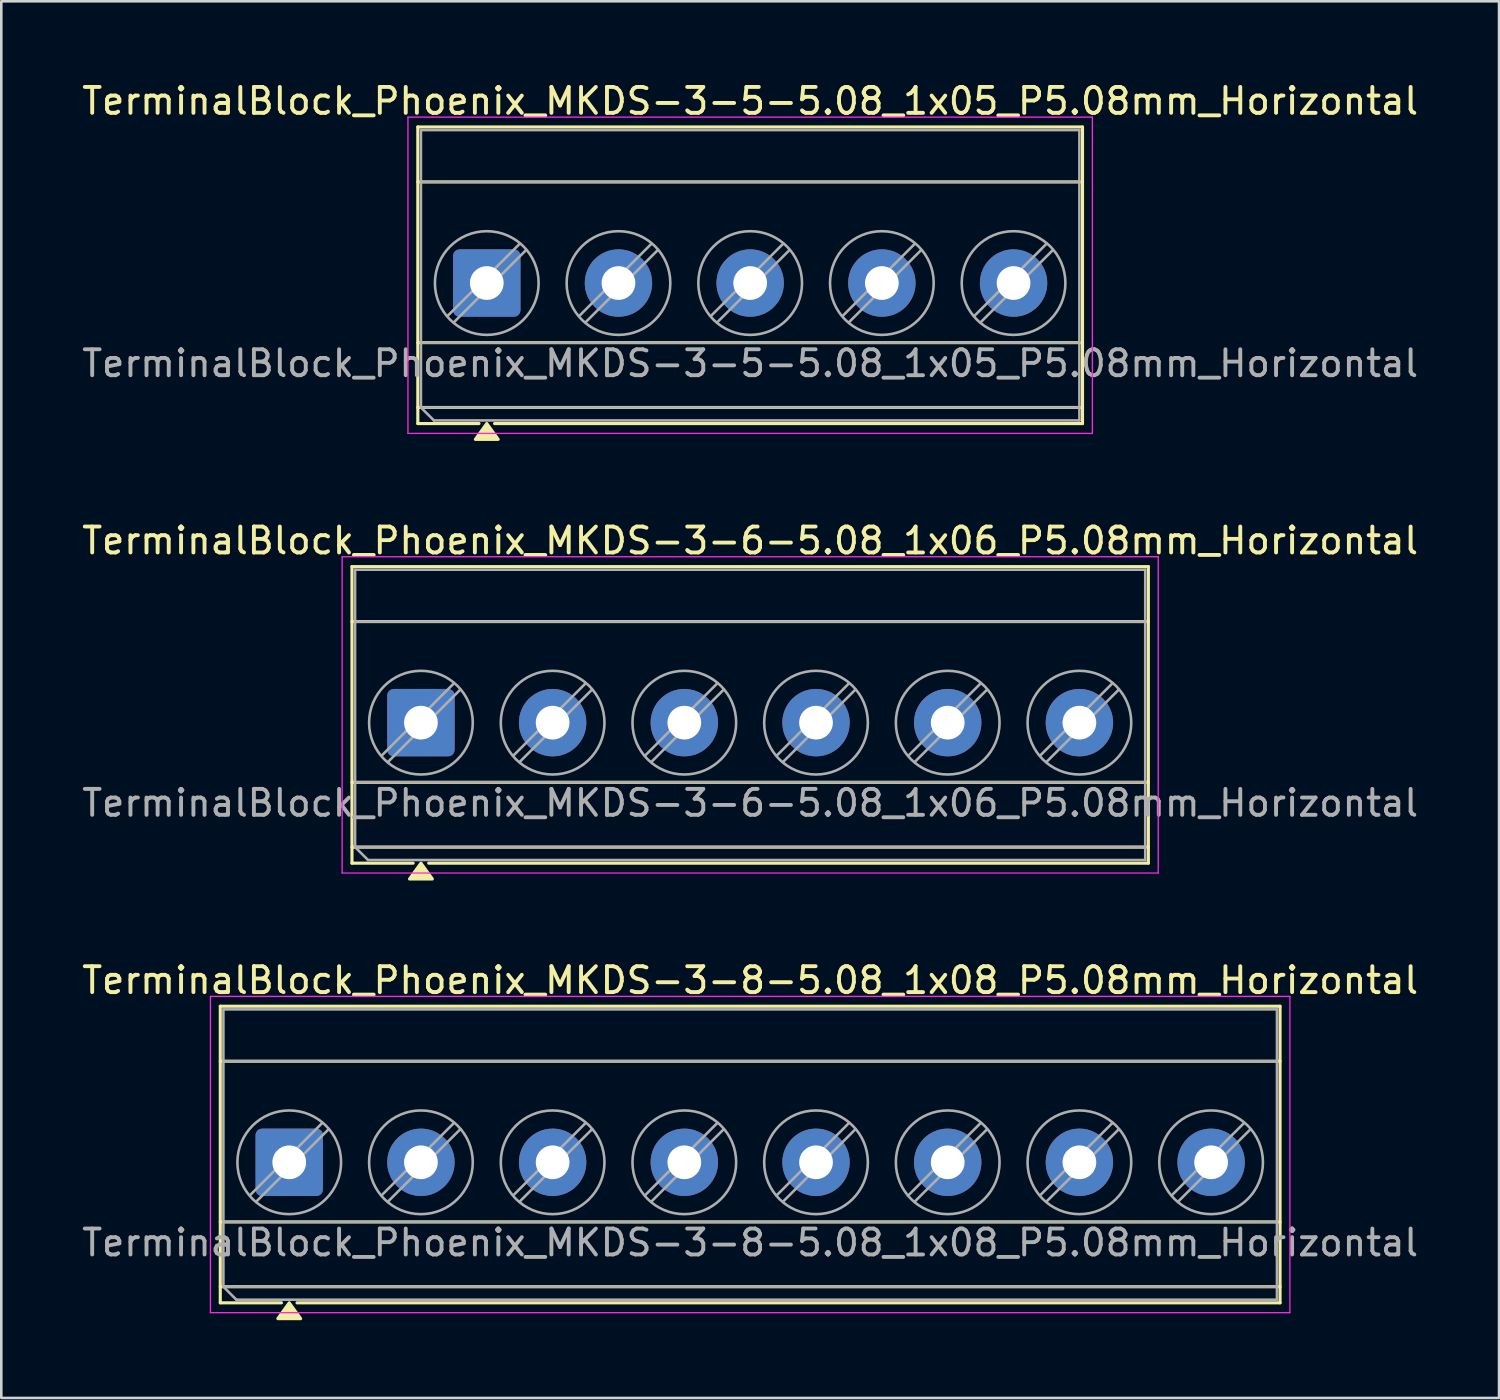
<source format=kicad_pcb>
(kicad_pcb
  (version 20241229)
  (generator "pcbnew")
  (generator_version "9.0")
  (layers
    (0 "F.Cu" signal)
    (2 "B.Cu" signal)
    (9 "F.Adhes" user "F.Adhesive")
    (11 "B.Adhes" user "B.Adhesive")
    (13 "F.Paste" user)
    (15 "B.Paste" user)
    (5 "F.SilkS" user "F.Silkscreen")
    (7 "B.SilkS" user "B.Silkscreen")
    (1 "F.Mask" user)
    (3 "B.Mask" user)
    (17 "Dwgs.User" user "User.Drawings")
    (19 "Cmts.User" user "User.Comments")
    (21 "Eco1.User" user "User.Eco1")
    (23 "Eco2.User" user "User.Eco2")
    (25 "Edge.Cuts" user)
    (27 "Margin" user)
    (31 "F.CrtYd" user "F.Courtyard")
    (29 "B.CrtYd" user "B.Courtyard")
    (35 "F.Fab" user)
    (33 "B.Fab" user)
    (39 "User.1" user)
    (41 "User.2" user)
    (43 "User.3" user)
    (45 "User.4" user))
  (footprint "TerminalBlock_Phoenix_MKDS-3-8-5.08_1x08_P5.08mm_Horizontal"
    (layer "F.Cu")
    (at 8.107 41.785)
    (property "Reference" "TerminalBlock_Phoenix_MKDS-3-8-5.08_1x08_P5.08mm_Horizontal" (at 17.78 -7.02 0) (layer "F.SilkS") (effects (font (size 1 1) (thickness 0.15))))
    (attr through_hole)
    (fp_line (start -2.66 -6.02) (end -2.66 5.42) (stroke (width 0.12) (type solid)) (layer "F.SilkS"))
    (fp_line (start -2.66 -6.02) (end 38.22 -6.02) (stroke (width 0.12) (type solid)) (layer "F.SilkS"))
    (fp_line (start -2.66 -3.9) (end 38.22 -3.9) (stroke (width 0.12) (type solid)) (layer "F.SilkS"))
    (fp_line (start -2.66 2.3) (end 38.22 2.3) (stroke (width 0.12) (type solid)) (layer "F.SilkS"))
    (fp_line (start -2.66 4.8) (end 38.22 4.8) (stroke (width 0.12) (type solid)) (layer "F.SilkS"))
    (fp_line (start -2.66 5.42) (end -0.3 5.42) (stroke (width 0.12) (type solid)) (layer "F.SilkS"))
    (fp_line (start 0.3 5.42) (end 38.22 5.42) (stroke (width 0.12) (type solid)) (layer "F.SilkS"))
    (fp_line (start 38.22 -6.02) (end 38.22 5.42) (stroke (width 0.12) (type solid)) (layer "F.SilkS"))
    (fp_poly (pts (xy 0 5.42) (xy 0.44 6.03) (xy -0.44 6.03)) (stroke (width 0.12) (type solid)) (fill yes) (layer "F.SilkS"))
    (fp_line (start -3.04 -6.4) (end -3.04 5.8) (stroke (width 0.05) (type solid)) (layer "F.CrtYd"))
    (fp_line (start -3.04 5.8) (end 38.6 5.8) (stroke (width 0.05) (type solid)) (layer "F.CrtYd"))
    (fp_line (start 38.6 -6.4) (end -3.04 -6.4) (stroke (width 0.05) (type solid)) (layer "F.CrtYd"))
    (fp_line (start 38.6 5.8) (end 38.6 -6.4) (stroke (width 0.05) (type solid)) (layer "F.CrtYd"))
    (fp_line (start -2.54 -5.9) (end 38.1 -5.9) (stroke (width 0.1) (type solid)) (layer "F.Fab"))
    (fp_line (start -2.54 -3.9) (end 38.1 -3.9) (stroke (width 0.1) (type solid)) (layer "F.Fab"))
    (fp_line (start -2.54 2.3) (end 38.1 2.3) (stroke (width 0.1) (type solid)) (layer "F.Fab"))
    (fp_line (start -2.54 4.8) (end -2.54 -5.9) (stroke (width 0.1) (type solid)) (layer "F.Fab"))
    (fp_line (start -2.54 4.8) (end 38.1 4.8) (stroke (width 0.1) (type solid)) (layer "F.Fab"))
    (fp_line (start -2.04 5.3) (end -2.54 4.8) (stroke (width 0.1) (type solid)) (layer "F.Fab"))
    (fp_line (start 1.273 -1.517) (end -1.517 1.273) (stroke (width 0.1) (type solid)) (layer "F.Fab"))
    (fp_line (start 1.517 -1.273) (end -1.273 1.517) (stroke (width 0.1) (type solid)) (layer "F.Fab"))
    (fp_line (start 6.353 -1.517) (end 3.563 1.273) (stroke (width 0.1) (type solid)) (layer "F.Fab"))
    (fp_line (start 6.597 -1.273) (end 3.807 1.517) (stroke (width 0.1) (type solid)) (layer "F.Fab"))
    (fp_line (start 11.433 -1.517) (end 8.643 1.273) (stroke (width 0.1) (type solid)) (layer "F.Fab"))
    (fp_line (start 11.677 -1.273) (end 8.887 1.517) (stroke (width 0.1) (type solid)) (layer "F.Fab"))
    (fp_line (start 16.513 -1.517) (end 13.723 1.273) (stroke (width 0.1) (type solid)) (layer "F.Fab"))
    (fp_line (start 16.757 -1.273) (end 13.967 1.517) (stroke (width 0.1) (type solid)) (layer "F.Fab"))
    (fp_line (start 21.593 -1.517) (end 18.803 1.273) (stroke (width 0.1) (type solid)) (layer "F.Fab"))
    (fp_line (start 21.837 -1.273) (end 19.047 1.517) (stroke (width 0.1) (type solid)) (layer "F.Fab"))
    (fp_line (start 26.673 -1.517) (end 23.883 1.273) (stroke (width 0.1) (type solid)) (layer "F.Fab"))
    (fp_line (start 26.917 -1.273) (end 24.127 1.517) (stroke (width 0.1) (type solid)) (layer "F.Fab"))
    (fp_line (start 31.753 -1.517) (end 28.963 1.273) (stroke (width 0.1) (type solid)) (layer "F.Fab"))
    (fp_line (start 31.997 -1.273) (end 29.207 1.517) (stroke (width 0.1) (type solid)) (layer "F.Fab"))
    (fp_line (start 36.833 -1.517) (end 34.043 1.273) (stroke (width 0.1) (type solid)) (layer "F.Fab"))
    (fp_line (start 37.077 -1.273) (end 34.287 1.517) (stroke (width 0.1) (type solid)) (layer "F.Fab"))
    (fp_line (start 38.1 -5.9) (end 38.1 5.3) (stroke (width 0.1) (type solid)) (layer "F.Fab"))
    (fp_line (start 38.1 5.3) (end -2.04 5.3) (stroke (width 0.1) (type solid)) (layer "F.Fab"))
    (fp_circle (center 0 0) (end 2 0) (stroke (width 0.1) (type solid)) (fill no) (layer "F.Fab"))
    (fp_circle (center 5.08 0) (end 7.08 0) (stroke (width 0.1) (type solid)) (fill no) (layer "F.Fab"))
    (fp_circle (center 10.16 0) (end 12.16 0) (stroke (width 0.1) (type solid)) (fill no) (layer "F.Fab"))
    (fp_circle (center 15.24 0) (end 17.24 0) (stroke (width 0.1) (type solid)) (fill no) (layer "F.Fab"))
    (fp_circle (center 20.32 0) (end 22.32 0) (stroke (width 0.1) (type solid)) (fill no) (layer "F.Fab"))
    (fp_circle (center 25.4 0) (end 27.4 0) (stroke (width 0.1) (type solid)) (fill no) (layer "F.Fab"))
    (fp_circle (center 30.48 0) (end 32.48 0) (stroke (width 0.1) (type solid)) (fill no) (layer "F.Fab"))
    (fp_circle (center 35.56 0) (end 37.56 0) (stroke (width 0.1) (type solid)) (fill no) (layer "F.Fab"))
    (fp_text user "${REFERENCE}" (at 17.78 3.1 0) (layer "F.Fab") (effects (font (size 1 1) (thickness 0.15))))
    (pad "1" thru_hole roundrect (at 0 0) (size 2.6 2.6) (drill 1.3) (layers "*.Cu" "*.Mask") (roundrect_rratio 0.096))
    (pad "2" thru_hole circle (at 5.08 0) (size 2.6 2.6) (drill 1.3) (layers "*.Cu" "*.Mask"))
    (pad "3" thru_hole circle (at 10.16 0) (size 2.6 2.6) (drill 1.3) (layers "*.Cu" "*.Mask"))
    (pad "4" thru_hole circle (at 15.24 0) (size 2.6 2.6) (drill 1.3) (layers "*.Cu" "*.Mask"))
    (pad "5" thru_hole circle (at 20.32 0) (size 2.6 2.6) (drill 1.3) (layers "*.Cu" "*.Mask"))
    (pad "6" thru_hole circle (at 25.4 0) (size 2.6 2.6) (drill 1.3) (layers "*.Cu" "*.Mask"))
    (pad "7" thru_hole circle (at 30.48 0) (size 2.6 2.6) (drill 1.3) (layers "*.Cu" "*.Mask"))
    (pad "8" thru_hole circle (at 35.56 0) (size 2.6 2.6) (drill 1.3) (layers "*.Cu" "*.Mask")))
  (footprint "TerminalBlock_Phoenix_MKDS-3-5-5.08_1x05_P5.08mm_Horizontal"
    (layer "F.Cu")
    (at 15.727 7.868)
    (property "Reference" "TerminalBlock_Phoenix_MKDS-3-5-5.08_1x05_P5.08mm_Horizontal" (at 10.16 -7.02 0) (layer "F.SilkS") (effects (font (size 1 1) (thickness 0.15))))
    (attr through_hole)
    (fp_line (start -2.66 -6.02) (end -2.66 5.42) (stroke (width 0.12) (type solid)) (layer "F.SilkS"))
    (fp_line (start -2.66 -6.02) (end 22.98 -6.02) (stroke (width 0.12) (type solid)) (layer "F.SilkS"))
    (fp_line (start -2.66 -3.9) (end 22.98 -3.9) (stroke (width 0.12) (type solid)) (layer "F.SilkS"))
    (fp_line (start -2.66 2.3) (end 22.98 2.3) (stroke (width 0.12) (type solid)) (layer "F.SilkS"))
    (fp_line (start -2.66 4.8) (end 22.98 4.8) (stroke (width 0.12) (type solid)) (layer "F.SilkS"))
    (fp_line (start -2.66 5.42) (end -0.3 5.42) (stroke (width 0.12) (type solid)) (layer "F.SilkS"))
    (fp_line (start 0.3 5.42) (end 22.98 5.42) (stroke (width 0.12) (type solid)) (layer "F.SilkS"))
    (fp_line (start 22.98 -6.02) (end 22.98 5.42) (stroke (width 0.12) (type solid)) (layer "F.SilkS"))
    (fp_poly (pts (xy 0 5.42) (xy 0.44 6.03) (xy -0.44 6.03)) (stroke (width 0.12) (type solid)) (fill yes) (layer "F.SilkS"))
    (fp_line (start -3.04 -6.4) (end -3.04 5.8) (stroke (width 0.05) (type solid)) (layer "F.CrtYd"))
    (fp_line (start -3.04 5.8) (end 23.36 5.8) (stroke (width 0.05) (type solid)) (layer "F.CrtYd"))
    (fp_line (start 23.36 -6.4) (end -3.04 -6.4) (stroke (width 0.05) (type solid)) (layer "F.CrtYd"))
    (fp_line (start 23.36 5.8) (end 23.36 -6.4) (stroke (width 0.05) (type solid)) (layer "F.CrtYd"))
    (fp_line (start -2.54 -5.9) (end 22.86 -5.9) (stroke (width 0.1) (type solid)) (layer "F.Fab"))
    (fp_line (start -2.54 -3.9) (end 22.86 -3.9) (stroke (width 0.1) (type solid)) (layer "F.Fab"))
    (fp_line (start -2.54 2.3) (end 22.86 2.3) (stroke (width 0.1) (type solid)) (layer "F.Fab"))
    (fp_line (start -2.54 4.8) (end -2.54 -5.9) (stroke (width 0.1) (type solid)) (layer "F.Fab"))
    (fp_line (start -2.54 4.8) (end 22.86 4.8) (stroke (width 0.1) (type solid)) (layer "F.Fab"))
    (fp_line (start -2.04 5.3) (end -2.54 4.8) (stroke (width 0.1) (type solid)) (layer "F.Fab"))
    (fp_line (start 1.273 -1.517) (end -1.517 1.273) (stroke (width 0.1) (type solid)) (layer "F.Fab"))
    (fp_line (start 1.517 -1.273) (end -1.273 1.517) (stroke (width 0.1) (type solid)) (layer "F.Fab"))
    (fp_line (start 6.353 -1.517) (end 3.563 1.273) (stroke (width 0.1) (type solid)) (layer "F.Fab"))
    (fp_line (start 6.597 -1.273) (end 3.807 1.517) (stroke (width 0.1) (type solid)) (layer "F.Fab"))
    (fp_line (start 11.433 -1.517) (end 8.643 1.273) (stroke (width 0.1) (type solid)) (layer "F.Fab"))
    (fp_line (start 11.677 -1.273) (end 8.887 1.517) (stroke (width 0.1) (type solid)) (layer "F.Fab"))
    (fp_line (start 16.513 -1.517) (end 13.723 1.273) (stroke (width 0.1) (type solid)) (layer "F.Fab"))
    (fp_line (start 16.757 -1.273) (end 13.967 1.517) (stroke (width 0.1) (type solid)) (layer "F.Fab"))
    (fp_line (start 21.593 -1.517) (end 18.803 1.273) (stroke (width 0.1) (type solid)) (layer "F.Fab"))
    (fp_line (start 21.837 -1.273) (end 19.047 1.517) (stroke (width 0.1) (type solid)) (layer "F.Fab"))
    (fp_line (start 22.86 -5.9) (end 22.86 5.3) (stroke (width 0.1) (type solid)) (layer "F.Fab"))
    (fp_line (start 22.86 5.3) (end -2.04 5.3) (stroke (width 0.1) (type solid)) (layer "F.Fab"))
    (fp_circle (center 0 0) (end 2 0) (stroke (width 0.1) (type solid)) (fill no) (layer "F.Fab"))
    (fp_circle (center 5.08 0) (end 7.08 0) (stroke (width 0.1) (type solid)) (fill no) (layer "F.Fab"))
    (fp_circle (center 10.16 0) (end 12.16 0) (stroke (width 0.1) (type solid)) (fill no) (layer "F.Fab"))
    (fp_circle (center 15.24 0) (end 17.24 0) (stroke (width 0.1) (type solid)) (fill no) (layer "F.Fab"))
    (fp_circle (center 20.32 0) (end 22.32 0) (stroke (width 0.1) (type solid)) (fill no) (layer "F.Fab"))
    (fp_text user "${REFERENCE}" (at 10.16 3.1 0) (layer "F.Fab") (effects (font (size 1 1) (thickness 0.15))))
    (pad "1" thru_hole roundrect (at 0 0) (size 2.6 2.6) (drill 1.3) (layers "*.Cu" "*.Mask") (roundrect_rratio 0.096))
    (pad "2" thru_hole circle (at 5.08 0) (size 2.6 2.6) (drill 1.3) (layers "*.Cu" "*.Mask"))
    (pad "3" thru_hole circle (at 10.16 0) (size 2.6 2.6) (drill 1.3) (layers "*.Cu" "*.Mask"))
    (pad "4" thru_hole circle (at 15.24 0) (size 2.6 2.6) (drill 1.3) (layers "*.Cu" "*.Mask"))
    (pad "5" thru_hole circle (at 20.32 0) (size 2.6 2.6) (drill 1.3) (layers "*.Cu" "*.Mask")))
  (footprint "TerminalBlock_Phoenix_MKDS-3-6-5.08_1x06_P5.08mm_Horizontal"
    (layer "F.Cu")
    (at 13.187 24.826)
    (property "Reference" "TerminalBlock_Phoenix_MKDS-3-6-5.08_1x06_P5.08mm_Horizontal" (at 12.7 -7.02 0) (layer "F.SilkS") (effects (font (size 1 1) (thickness 0.15))))
    (attr through_hole)
    (fp_line (start -2.66 -6.02) (end -2.66 5.42) (stroke (width 0.12) (type solid)) (layer "F.SilkS"))
    (fp_line (start -2.66 -6.02) (end 28.06 -6.02) (stroke (width 0.12) (type solid)) (layer "F.SilkS"))
    (fp_line (start -2.66 -3.9) (end 28.06 -3.9) (stroke (width 0.12) (type solid)) (layer "F.SilkS"))
    (fp_line (start -2.66 2.3) (end 28.06 2.3) (stroke (width 0.12) (type solid)) (layer "F.SilkS"))
    (fp_line (start -2.66 4.8) (end 28.06 4.8) (stroke (width 0.12) (type solid)) (layer "F.SilkS"))
    (fp_line (start -2.66 5.42) (end -0.3 5.42) (stroke (width 0.12) (type solid)) (layer "F.SilkS"))
    (fp_line (start 0.3 5.42) (end 28.06 5.42) (stroke (width 0.12) (type solid)) (layer "F.SilkS"))
    (fp_line (start 28.06 -6.02) (end 28.06 5.42) (stroke (width 0.12) (type solid)) (layer "F.SilkS"))
    (fp_poly (pts (xy 0 5.42) (xy 0.44 6.03) (xy -0.44 6.03)) (stroke (width 0.12) (type solid)) (fill yes) (layer "F.SilkS"))
    (fp_line (start -3.04 -6.4) (end -3.04 5.8) (stroke (width 0.05) (type solid)) (layer "F.CrtYd"))
    (fp_line (start -3.04 5.8) (end 28.44 5.8) (stroke (width 0.05) (type solid)) (layer "F.CrtYd"))
    (fp_line (start 28.44 -6.4) (end -3.04 -6.4) (stroke (width 0.05) (type solid)) (layer "F.CrtYd"))
    (fp_line (start 28.44 5.8) (end 28.44 -6.4) (stroke (width 0.05) (type solid)) (layer "F.CrtYd"))
    (fp_line (start -2.54 -5.9) (end 27.94 -5.9) (stroke (width 0.1) (type solid)) (layer "F.Fab"))
    (fp_line (start -2.54 -3.9) (end 27.94 -3.9) (stroke (width 0.1) (type solid)) (layer "F.Fab"))
    (fp_line (start -2.54 2.3) (end 27.94 2.3) (stroke (width 0.1) (type solid)) (layer "F.Fab"))
    (fp_line (start -2.54 4.8) (end -2.54 -5.9) (stroke (width 0.1) (type solid)) (layer "F.Fab"))
    (fp_line (start -2.54 4.8) (end 27.94 4.8) (stroke (width 0.1) (type solid)) (layer "F.Fab"))
    (fp_line (start -2.04 5.3) (end -2.54 4.8) (stroke (width 0.1) (type solid)) (layer "F.Fab"))
    (fp_line (start 1.273 -1.517) (end -1.517 1.273) (stroke (width 0.1) (type solid)) (layer "F.Fab"))
    (fp_line (start 1.517 -1.273) (end -1.273 1.517) (stroke (width 0.1) (type solid)) (layer "F.Fab"))
    (fp_line (start 6.353 -1.517) (end 3.563 1.273) (stroke (width 0.1) (type solid)) (layer "F.Fab"))
    (fp_line (start 6.597 -1.273) (end 3.807 1.517) (stroke (width 0.1) (type solid)) (layer "F.Fab"))
    (fp_line (start 11.433 -1.517) (end 8.643 1.273) (stroke (width 0.1) (type solid)) (layer "F.Fab"))
    (fp_line (start 11.677 -1.273) (end 8.887 1.517) (stroke (width 0.1) (type solid)) (layer "F.Fab"))
    (fp_line (start 16.513 -1.517) (end 13.723 1.273) (stroke (width 0.1) (type solid)) (layer "F.Fab"))
    (fp_line (start 16.757 -1.273) (end 13.967 1.517) (stroke (width 0.1) (type solid)) (layer "F.Fab"))
    (fp_line (start 21.593 -1.517) (end 18.803 1.273) (stroke (width 0.1) (type solid)) (layer "F.Fab"))
    (fp_line (start 21.837 -1.273) (end 19.047 1.517) (stroke (width 0.1) (type solid)) (layer "F.Fab"))
    (fp_line (start 26.673 -1.517) (end 23.883 1.273) (stroke (width 0.1) (type solid)) (layer "F.Fab"))
    (fp_line (start 26.917 -1.273) (end 24.127 1.517) (stroke (width 0.1) (type solid)) (layer "F.Fab"))
    (fp_line (start 27.94 -5.9) (end 27.94 5.3) (stroke (width 0.1) (type solid)) (layer "F.Fab"))
    (fp_line (start 27.94 5.3) (end -2.04 5.3) (stroke (width 0.1) (type solid)) (layer "F.Fab"))
    (fp_circle (center 0 0) (end 2 0) (stroke (width 0.1) (type solid)) (fill no) (layer "F.Fab"))
    (fp_circle (center 5.08 0) (end 7.08 0) (stroke (width 0.1) (type solid)) (fill no) (layer "F.Fab"))
    (fp_circle (center 10.16 0) (end 12.16 0) (stroke (width 0.1) (type solid)) (fill no) (layer "F.Fab"))
    (fp_circle (center 15.24 0) (end 17.24 0) (stroke (width 0.1) (type solid)) (fill no) (layer "F.Fab"))
    (fp_circle (center 20.32 0) (end 22.32 0) (stroke (width 0.1) (type solid)) (fill no) (layer "F.Fab"))
    (fp_circle (center 25.4 0) (end 27.4 0) (stroke (width 0.1) (type solid)) (fill no) (layer "F.Fab"))
    (fp_text user "${REFERENCE}" (at 12.7 3.1 0) (layer "F.Fab") (effects (font (size 1 1) (thickness 0.15))))
    (pad "1" thru_hole roundrect (at 0 0) (size 2.6 2.6) (drill 1.3) (layers "*.Cu" "*.Mask") (roundrect_rratio 0.096))
    (pad "2" thru_hole circle (at 5.08 0) (size 2.6 2.6) (drill 1.3) (layers "*.Cu" "*.Mask"))
    (pad "3" thru_hole circle (at 10.16 0) (size 2.6 2.6) (drill 1.3) (layers "*.Cu" "*.Mask"))
    (pad "4" thru_hole circle (at 15.24 0) (size 2.6 2.6) (drill 1.3) (layers "*.Cu" "*.Mask"))
    (pad "5" thru_hole circle (at 20.32 0) (size 2.6 2.6) (drill 1.3) (layers "*.Cu" "*.Mask"))
    (pad "6" thru_hole circle (at 25.4 0) (size 2.6 2.6) (drill 1.3) (layers "*.Cu" "*.Mask")))
  (gr_rect
    (start -3 -3)
    (end 54.774 50.875)
    (stroke (width 0.1) (type default))
    (fill no)
    (layer "Edge.Cuts")))
</source>
